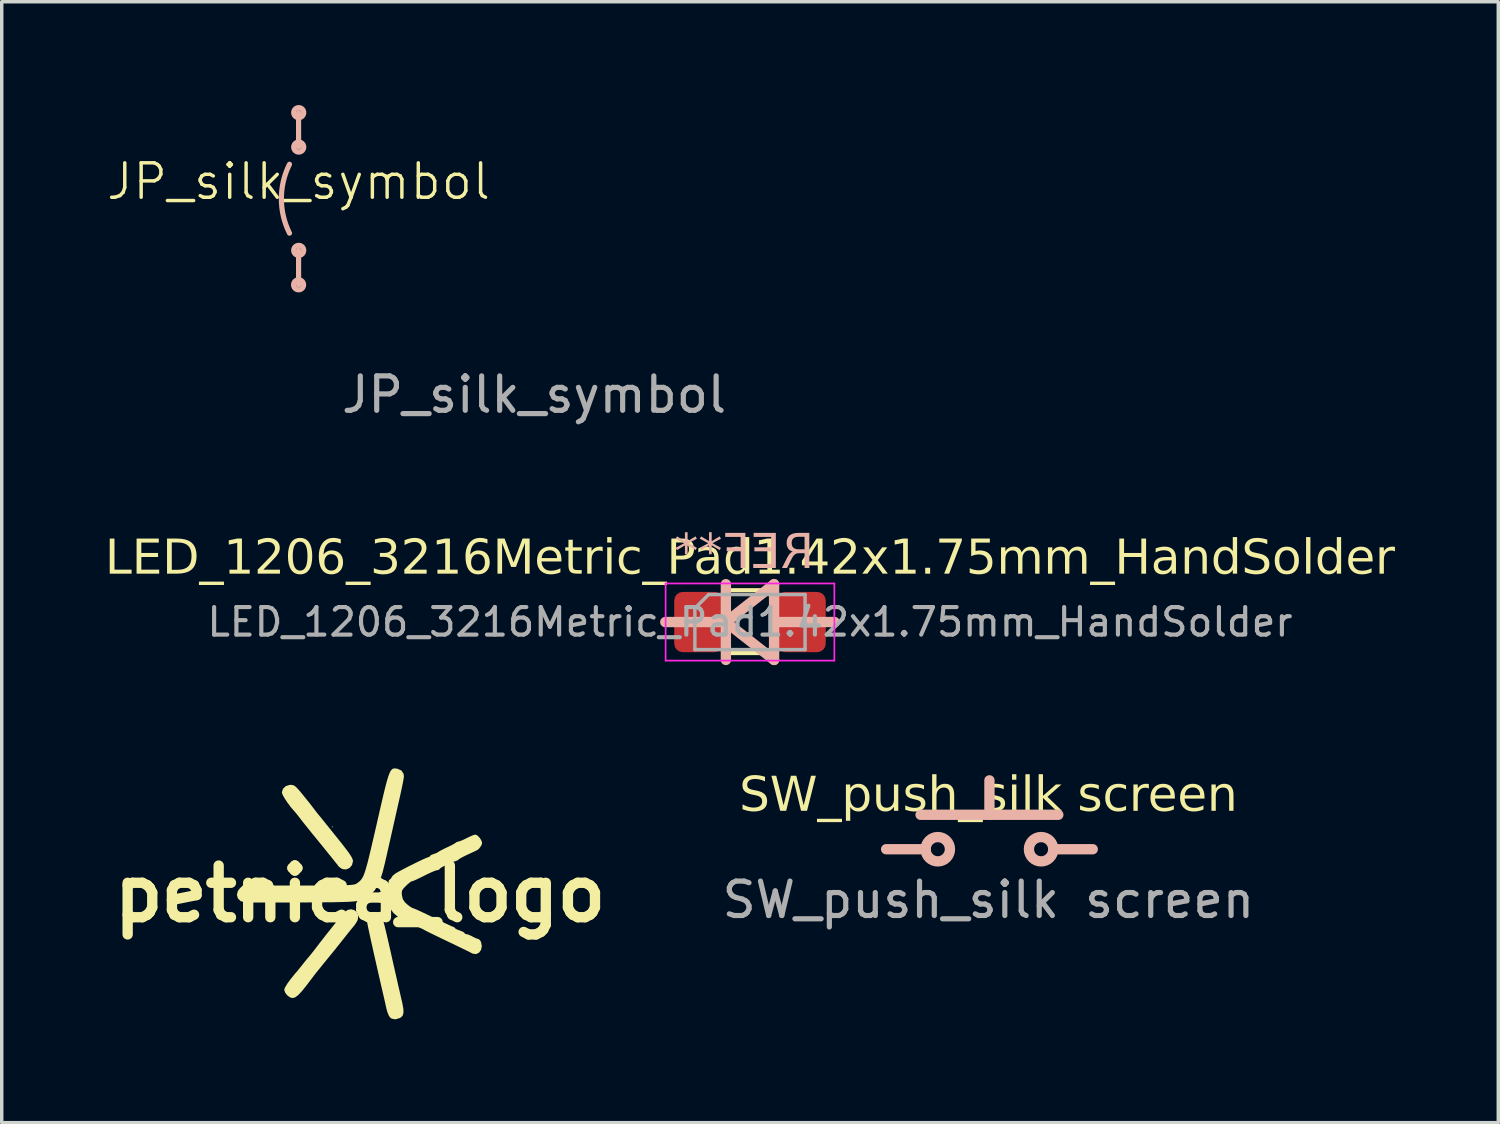
<source format=kicad_pcb>
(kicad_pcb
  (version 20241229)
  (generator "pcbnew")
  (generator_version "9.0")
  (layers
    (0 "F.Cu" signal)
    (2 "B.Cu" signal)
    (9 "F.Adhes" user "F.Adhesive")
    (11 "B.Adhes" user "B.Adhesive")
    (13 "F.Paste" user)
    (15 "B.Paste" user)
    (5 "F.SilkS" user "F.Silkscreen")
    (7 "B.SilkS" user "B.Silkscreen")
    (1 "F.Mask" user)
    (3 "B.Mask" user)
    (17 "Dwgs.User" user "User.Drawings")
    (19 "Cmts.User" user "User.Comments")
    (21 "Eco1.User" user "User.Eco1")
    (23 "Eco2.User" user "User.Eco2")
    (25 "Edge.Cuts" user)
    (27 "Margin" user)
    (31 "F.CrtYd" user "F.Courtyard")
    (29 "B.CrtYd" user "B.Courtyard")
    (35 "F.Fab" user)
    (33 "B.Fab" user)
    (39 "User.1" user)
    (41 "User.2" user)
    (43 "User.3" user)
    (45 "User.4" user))
  (footprint "SW_push_silk screen"
    (layer "F.Cu")
    (at 25.654 20.582)
    (property "Reference" "SW_push_silk screen" (at 0 -0.5 0) (unlocked yes) (layer "F.SilkS") (effects (font (face "OCR A Extended") (size 1 1) (thickness 0.1))))
    (fp_line (start -1.97 0.03) (end 2.03 0.03) (stroke (width 0.3) (type default)) (layer "B.SilkS"))
    (fp_line (start -1.824 1.03) (end -2.97 1.03) (stroke (width 0.3) (type default)) (layer "B.SilkS"))
    (fp_line (start 0.03 -0.97) (end 0.03 0.03) (stroke (width 0.3) (type default)) (layer "B.SilkS"))
    (fp_line (start 1.884 1.03) (end 3.03 1.03) (stroke (width 0.3) (type default)) (layer "B.SilkS"))
    (fp_circle (center -1.47 1.03) (end -1.22 1.28) (stroke (width 0.3) (type default)) (fill no) (layer "B.SilkS"))
    (fp_circle (center 1.53 1.03) (end 1.28 1.28) (stroke (width 0.3) (type default)) (fill no) (layer "B.SilkS"))
    (fp_text user "${REFERENCE}" (at 0 2.5 0) (unlocked yes) (layer "F.Fab") (effects (font (size 1 1) (thickness 0.15)))))
  (footprint "JP_silk_symbol"
    (layer "F.Cu")
    (at 5.621 2.721)
    (property "Reference" "JP_silk_symbol" (at 0 -0.5 0) (unlocked yes) (layer "F.SilkS") (effects (font (size 1 1) (thickness 0.1))))
    (fp_line (start -0.000004 -1.5) (end -0.000004 -2.5) (stroke (width 0.15) (type default)) (layer "B.SilkS"))
    (fp_line (start -0.000004 1.5) (end -0.000004 2.5) (stroke (width 0.15) (type default)) (layer "B.SilkS"))
    (fp_arc (start -0.263936 1) (mid -0.5 0) (end -0.263936 -1) (stroke (width 0.15) (type default)) (layer "B.SilkS"))
    (fp_circle (center -0.000004 2.5) (end 0.125 2.575) (stroke (width 0.15) (type default)) (fill no) (layer "B.SilkS"))
    (fp_circle (center 0.004 -2.5) (end 0.129 -2.425) (stroke (width 0.15) (type default)) (fill no) (layer "B.SilkS"))
    (fp_circle (center 0.004 -1.5) (end 0.129 -1.425) (stroke (width 0.15) (type default)) (fill no) (layer "B.SilkS"))
    (fp_circle (center 0.004 1.5) (end 0.129 1.575) (stroke (width 0.15) (type default)) (fill no) (layer "B.SilkS"))
    (fp_text user "${REFERENCE}" (at 6.84 5.69 0) (unlocked yes) (layer "F.Fab") (effects (font (size 1 1) (thickness 0.15)))))
  (footprint "LED_1206_3216Metric_Pad1.42x1.75mm_HandSolder"
    (layer "F.Cu")
    (at 18.73 15.015)
    (property "Reference" "LED_1206_3216Metric_Pad1.42x1.75mm_HandSolder" (at 0 -1.82 0) (layer "F.SilkS") (effects (font (face "Open Sans") (size 1 1) (thickness 0.15))))
    (attr smd)
    (fp_line (start 0.6 -0.925) (end -0.6 -0.925) (stroke (width 0.12) (type solid)) (layer "F.SilkS"))
    (fp_line (start 0.6 0.9) (end -0.6 0.9) (stroke (width 0.12) (type solid)) (layer "F.SilkS"))
    (fp_line (start -0.7 -1.1) (end -0.7 1.1) (stroke (width 0.3) (type default)) (layer "B.SilkS"))
    (fp_line (start -0.7 0) (end -2.46 0) (stroke (width 0.3) (type default)) (layer "B.SilkS"))
    (fp_line (start -0.7 0) (end 0.7 -1.1) (stroke (width 0.3) (type default)) (layer "B.SilkS"))
    (fp_line (start 0.7 -1.1) (end 0.7 1.1) (stroke (width 0.3) (type default)) (layer "B.SilkS"))
    (fp_line (start 0.7 1.1) (end -0.7 0) (stroke (width 0.3) (type default)) (layer "B.SilkS"))
    (fp_line (start 2.46 0) (end 0.7 0) (stroke (width 0.3) (type default)) (layer "B.SilkS"))
    (fp_line (start -2.45 -1.12) (end 2.45 -1.12) (stroke (width 0.05) (type solid)) (layer "F.CrtYd"))
    (fp_line (start -2.45 1.12) (end -2.45 -1.12) (stroke (width 0.05) (type solid)) (layer "F.CrtYd"))
    (fp_line (start 2.45 -1.12) (end 2.45 1.12) (stroke (width 0.05) (type solid)) (layer "F.CrtYd"))
    (fp_line (start 2.45 1.12) (end -2.45 1.12) (stroke (width 0.05) (type solid)) (layer "F.CrtYd"))
    (fp_line (start -1.6 -0.4) (end -1.6 0.8) (stroke (width 0.1) (type solid)) (layer "F.Fab"))
    (fp_line (start -1.6 0.8) (end 1.6 0.8) (stroke (width 0.1) (type solid)) (layer "F.Fab"))
    (fp_line (start -1.2 -0.8) (end -1.6 -0.4) (stroke (width 0.1) (type solid)) (layer "F.Fab"))
    (fp_line (start 1.6 -0.8) (end -1.2 -0.8) (stroke (width 0.1) (type solid)) (layer "F.Fab"))
    (fp_line (start 1.6 0.8) (end 1.6 -0.8) (stroke (width 0.1) (type solid)) (layer "F.Fab"))
    (fp_text user "REF**" (at -2.2 -1.4 0) (unlocked yes) (layer "B.SilkS") (effects (font (face "Open Sans") (size 1 1) (thickness 0.1)) (justify right bottom mirror)))
    (fp_text user "${REFERENCE}" (at 0 0 0) (layer "F.Fab") (effects (font (size 0.8 0.8) (thickness 0.12))))
    (pad "1" smd roundrect (at -1.488 0) (size 1.425 1.75) (layers "F.Cu" "F.Mask" "F.Paste") (roundrect_rratio 0.175))
    (pad "2" smd roundrect (at 1.488 0) (size 1.425 1.75) (layers "F.Cu" "F.Mask" "F.Paste") (roundrect_rratio 0.175)))
  (footprint "petnica_logo"
    (layer "F.Cu")
    (at 7.407 22.908)
    (property "Reference" "petnica_logo" (at 0 0 0) (layer "F.SilkS") (effects (font (size 1.5 1.5) (thickness 0.3))))
    (attr board_only exclude_from_pos_files exclude_from_bom)
    (fp_poly (pts (xy -0.792 -1.945) (xy -0.809 -1.927) (xy -0.826 -1.945) (xy -0.809 -1.962)) (stroke (width 0) (type solid)) (fill yes) (layer "F.SilkS"))
    (fp_poly (pts (xy 0.458 0.53) (xy 0.501 0.538) (xy 0.537 0.546) (xy 0.568 0.561) (xy 0.595 0.589) (xy 0.622 0.636) (xy 0.65 0.708) (xy 0.681 0.811) (xy 0.718 0.952) (xy 0.762 1.136) (xy 0.816 1.369) (xy 0.882 1.659) (xy 0.946 1.945) (xy 1.01 2.227) (xy 1.062 2.454) (xy 1.103 2.638) (xy 1.138 2.789) (xy 1.168 2.919) (xy 1.196 3.04) (xy 1.223 3.158) (xy 1.257 3.335) (xy 1.26 3.459) (xy 1.232 3.544) (xy 1.171 3.598) (xy 1.152 3.608) (xy 1.02 3.645) (xy 0.915 3.623) (xy 0.867 3.586) (xy 0.827 3.52) (xy 0.786 3.412) (xy 0.762 3.32) (xy 0.727 3.162) (xy 0.688 2.99) (xy 0.669 2.908) (xy 0.608 2.645) (xy 0.545 2.369) (xy 0.481 2.089) (xy 0.419 1.815) (xy 0.361 1.556) (xy 0.309 1.323) (xy 0.266 1.124) (xy 0.233 0.97) (xy 0.213 0.869) (xy 0.209 0.846) (xy 0.195 0.74) (xy 0.204 0.673) (xy 0.241 0.618) (xy 0.265 0.593) (xy 0.342 0.534) (xy 0.424 0.525)) (stroke (width 0) (type solid)) (fill yes) (layer "F.SilkS"))
    (fp_poly (pts (xy -1.958 -3.161) (xy -1.904 -3.138) (xy -1.844 -3.088) (xy -1.765 -3) (xy -1.681 -2.9) (xy -1.574 -2.767) (xy -1.47 -2.638) (xy -1.387 -2.531) (xy -1.36 -2.495) (xy -1.286 -2.398) (xy -1.22 -2.314) (xy -1.199 -2.289) (xy -1.16 -2.242) (xy -1.086 -2.151) (xy -0.984 -2.024) (xy -0.86 -1.87) (xy -0.722 -1.698) (xy -0.673 -1.638) (xy -0.513 -1.437) (xy -0.393 -1.281) (xy -0.307 -1.163) (xy -0.251 -1.075) (xy -0.219 -1.009) (xy -0.207 -0.959) (xy -0.207 -0.947) (xy -0.234 -0.836) (xy -0.306 -0.752) (xy -0.403 -0.709) (xy -0.507 -0.718) (xy -0.533 -0.73) (xy -0.596 -0.772) (xy -0.621 -0.796) (xy -0.652 -0.837) (xy -0.719 -0.921) (xy -0.815 -1.041) (xy -0.933 -1.187) (xy -1.065 -1.351) (xy -1.205 -1.523) (xy -1.344 -1.694) (xy -1.377 -1.733) (xy -1.49 -1.874) (xy -1.599 -2.009) (xy -1.688 -2.122) (xy -1.737 -2.186) (xy -1.812 -2.283) (xy -1.881 -2.367) (xy -1.903 -2.392) (xy -2.006 -2.511) (xy -2.104 -2.641) (xy -2.187 -2.766) (xy -2.247 -2.872) (xy -2.271 -2.942) (xy -2.272 -2.946) (xy -2.24 -3.05) (xy -2.159 -3.128) (xy -2.043 -3.165) (xy -2.017 -3.166)) (stroke (width 0) (type solid)) (fill yes) (layer "F.SilkS"))
    (fp_poly (pts (xy -0.162 0.475) (xy -0.089 0.54) (xy -0.052 0.634) (xy -0.067 0.748) (xy -0.083 0.787) (xy -0.134 0.872) (xy -0.18 0.935) (xy -0.218 0.979) (xy -0.288 1.065) (xy -0.381 1.18) (xy -0.482 1.308) (xy -0.588 1.442) (xy -0.684 1.562) (xy -0.757 1.654) (xy -0.797 1.703) (xy -0.848 1.765) (xy -0.925 1.859) (xy -1.017 1.972) (xy -1.112 2.089) (xy -1.198 2.196) (xy -1.265 2.278) (xy -1.3 2.322) (xy -1.301 2.323) (xy -1.332 2.364) (xy -1.394 2.446) (xy -1.478 2.556) (xy -1.541 2.64) (xy -1.68 2.815) (xy -1.791 2.935) (xy -1.881 3.004) (xy -1.96 3.027) (xy -2.035 3.007) (xy -2.113 2.949) (xy -2.115 2.947) (xy -2.175 2.869) (xy -2.203 2.791) (xy -2.203 2.787) (xy -2.18 2.719) (xy -2.116 2.612) (xy -2.017 2.476) (xy -1.892 2.322) (xy -1.848 2.272) (xy -1.803 2.218) (xy -1.733 2.131) (xy -1.667 2.048) (xy -1.594 1.956) (xy -1.538 1.887) (xy -1.514 1.859) (xy -1.475 1.814) (xy -1.409 1.733) (xy -1.331 1.634) (xy -1.255 1.536) (xy -1.239 1.514) (xy -1.166 1.419) (xy -1.066 1.29) (xy -0.95 1.142) (xy -0.827 0.987) (xy -0.707 0.837) (xy -0.6 0.704) (xy -0.515 0.601) (xy -0.465 0.542) (xy -0.363 0.467) (xy -0.258 0.448)) (stroke (width 0) (type solid)) (fill yes) (layer "F.SilkS"))
    (fp_poly (pts (xy 1.075 -3.635) (xy 1.083 -3.633) (xy 1.199 -3.583) (xy 1.262 -3.49) (xy 1.273 -3.416) (xy 1.266 -3.356) (xy 1.246 -3.242) (xy 1.215 -3.088) (xy 1.176 -2.908) (xy 1.151 -2.795) (xy 1.098 -2.563) (xy 1.041 -2.309) (xy 0.985 -2.06) (xy 0.937 -1.846) (xy 0.928 -1.807) (xy 0.878 -1.585) (xy 0.82 -1.33) (xy 0.763 -1.078) (xy 0.723 -0.902) (xy 0.653 -0.623) (xy 0.582 -0.401) (xy 0.505 -0.228) (xy 0.418 -0.093) (xy 0.327 0.005) (xy 0.268 0.058) (xy 0.214 0.102) (xy 0.159 0.139) (xy 0.095 0.169) (xy 0.018 0.192) (xy -0.081 0.21) (xy -0.207 0.223) (xy -0.367 0.233) (xy -0.567 0.239) (xy -0.814 0.244) (xy -1.113 0.246) (xy -1.473 0.249) (xy -1.647 0.25) (xy -1.974 0.251) (xy -2.284 0.252) (xy -2.569 0.253) (xy -2.821 0.252) (xy -3.032 0.252) (xy -3.196 0.251) (xy -3.305 0.249) (xy -3.347 0.247) (xy -3.47 0.21) (xy -3.549 0.131) (xy -3.578 0.028) (xy -3.549 -0.083) (xy -3.495 -0.156) (xy -3.41 -0.241) (xy -1.799 -0.241) (xy -1.421 -0.241) (xy -1.106 -0.242) (xy -0.847 -0.243) (xy -0.639 -0.245) (xy -0.476 -0.249) (xy -0.351 -0.254) (xy -0.259 -0.26) (xy -0.193 -0.268) (xy -0.148 -0.278) (xy -0.117 -0.29) (xy -0.102 -0.299) (xy -0.053 -0.334) (xy -0.01 -0.368) (xy 0.028 -0.408) (xy 0.063 -0.459) (xy 0.098 -0.527) (xy 0.133 -0.619) (xy 0.171 -0.738) (xy 0.214 -0.892) (xy 0.263 -1.087) (xy 0.32 -1.327) (xy 0.388 -1.619) (xy 0.469 -1.968) (xy 0.53 -2.237) (xy 0.61 -2.585) (xy 0.677 -2.872) (xy 0.733 -3.103) (xy 0.781 -3.284) (xy 0.823 -3.421) (xy 0.861 -3.52) (xy 0.898 -3.585) (xy 0.935 -3.624) (xy 0.976 -3.641) (xy 1.022 -3.643)) (stroke (width 0) (type solid)) (fill yes) (layer "F.SilkS"))
    (fp_poly (pts (xy 3.393 -1.704) (xy 3.401 -1.699) (xy 3.46 -1.642) (xy 3.511 -1.571) (xy 3.543 -1.497) (xy 3.534 -1.435) (xy 3.511 -1.389) (xy 3.457 -1.315) (xy 3.407 -1.273) (xy 3.353 -1.247) (xy 3.255 -1.201) (xy 3.133 -1.144) (xy 3.106 -1.132) (xy 2.99 -1.075) (xy 2.903 -1.027) (xy 2.859 -0.997) (xy 2.857 -0.993) (xy 2.827 -0.97) (xy 2.763 -0.948) (xy 2.675 -0.918) (xy 2.567 -0.872) (xy 2.459 -0.819) (xy 2.368 -0.769) (xy 2.314 -0.73) (xy 2.306 -0.717) (xy 2.277 -0.693) (xy 2.241 -0.688) (xy 2.184 -0.673) (xy 2.083 -0.632) (xy 1.953 -0.572) (xy 1.847 -0.519) (xy 1.712 -0.452) (xy 1.601 -0.4) (xy 1.528 -0.37) (xy 1.504 -0.366) (xy 1.473 -0.353) (xy 1.409 -0.302) (xy 1.343 -0.242) (xy 1.261 -0.159) (xy 1.22 -0.096) (xy 1.209 -0.03) (xy 1.215 0.043) (xy 1.241 0.153) (xy 1.3 0.243) (xy 1.362 0.301) (xy 1.444 0.366) (xy 1.509 0.406) (xy 1.529 0.413) (xy 1.571 0.428) (xy 1.664 0.468) (xy 1.797 0.529) (xy 1.961 0.607) (xy 2.127 0.688) (xy 2.308 0.776) (xy 2.469 0.853) (xy 2.598 0.913) (xy 2.685 0.951) (xy 2.72 0.964) (xy 2.753 0.987) (xy 2.753 0.993) (xy 2.783 1.019) (xy 2.858 1.052) (xy 2.891 1.063) (xy 2.976 1.096) (xy 3.025 1.128) (xy 3.029 1.137) (xy 3.057 1.165) (xy 3.089 1.17) (xy 3.157 1.188) (xy 3.247 1.23) (xy 3.262 1.239) (xy 3.349 1.284) (xy 3.418 1.307) (xy 3.426 1.308) (xy 3.475 1.337) (xy 3.513 1.4) (xy 3.535 1.524) (xy 3.511 1.632) (xy 3.451 1.711) (xy 3.366 1.75) (xy 3.266 1.735) (xy 3.235 1.719) (xy 3.189 1.695) (xy 3.092 1.646) (xy 2.952 1.578) (xy 2.782 1.496) (xy 2.591 1.404) (xy 2.564 1.391) (xy 2.371 1.299) (xy 2.198 1.215) (xy 2.054 1.145) (xy 1.95 1.093) (xy 1.896 1.065) (xy 1.893 1.064) (xy 1.824 1.025) (xy 1.726 0.98) (xy 1.583 0.919) (xy 1.557 0.908) (xy 1.47 0.867) (xy 1.418 0.832) (xy 1.411 0.821) (xy 1.381 0.796) (xy 1.307 0.767) (xy 1.276 0.758) (xy 1.114 0.682) (xy 0.967 0.553) (xy 0.849 0.387) (xy 0.782 0.223) (xy 0.753 0.078) (xy 0.744 -0.062) (xy 0.754 -0.177) (xy 0.784 -0.251) (xy 0.796 -0.261) (xy 0.821 -0.307) (xy 0.826 -0.346) (xy 0.84 -0.401) (xy 0.858 -0.413) (xy 0.894 -0.441) (xy 0.91 -0.473) (xy 0.951 -0.53) (xy 1.027 -0.591) (xy 1.041 -0.6) (xy 1.142 -0.657) (xy 1.275 -0.728) (xy 1.426 -0.806) (xy 1.581 -0.883) (xy 1.729 -0.955) (xy 1.854 -1.014) (xy 1.945 -1.053) (xy 1.986 -1.067) (xy 2.027 -1.086) (xy 2.031 -1.098) (xy 2.06 -1.127) (xy 2.125 -1.152) (xy 2.215 -1.184) (xy 2.272 -1.217) (xy 2.328 -1.252) (xy 2.426 -1.303) (xy 2.545 -1.36) (xy 2.547 -1.361) (xy 2.659 -1.414) (xy 2.742 -1.46) (xy 2.781 -1.487) (xy 2.782 -1.489) (xy 2.822 -1.513) (xy 2.839 -1.514) (xy 2.895 -1.529) (xy 2.986 -1.565) (xy 3.034 -1.588) (xy 3.174 -1.656) (xy 3.266 -1.698) (xy 3.324 -1.717) (xy 3.361 -1.717)) (stroke (width 0) (type solid)) (fill yes) (layer "F.SilkS")))
  (gr_rect
    (start -3 -3)
    (end 40.461 29.553)
    (stroke (width 0.1) (type default))
    (fill no)
    (layer "Edge.Cuts")))
</source>
